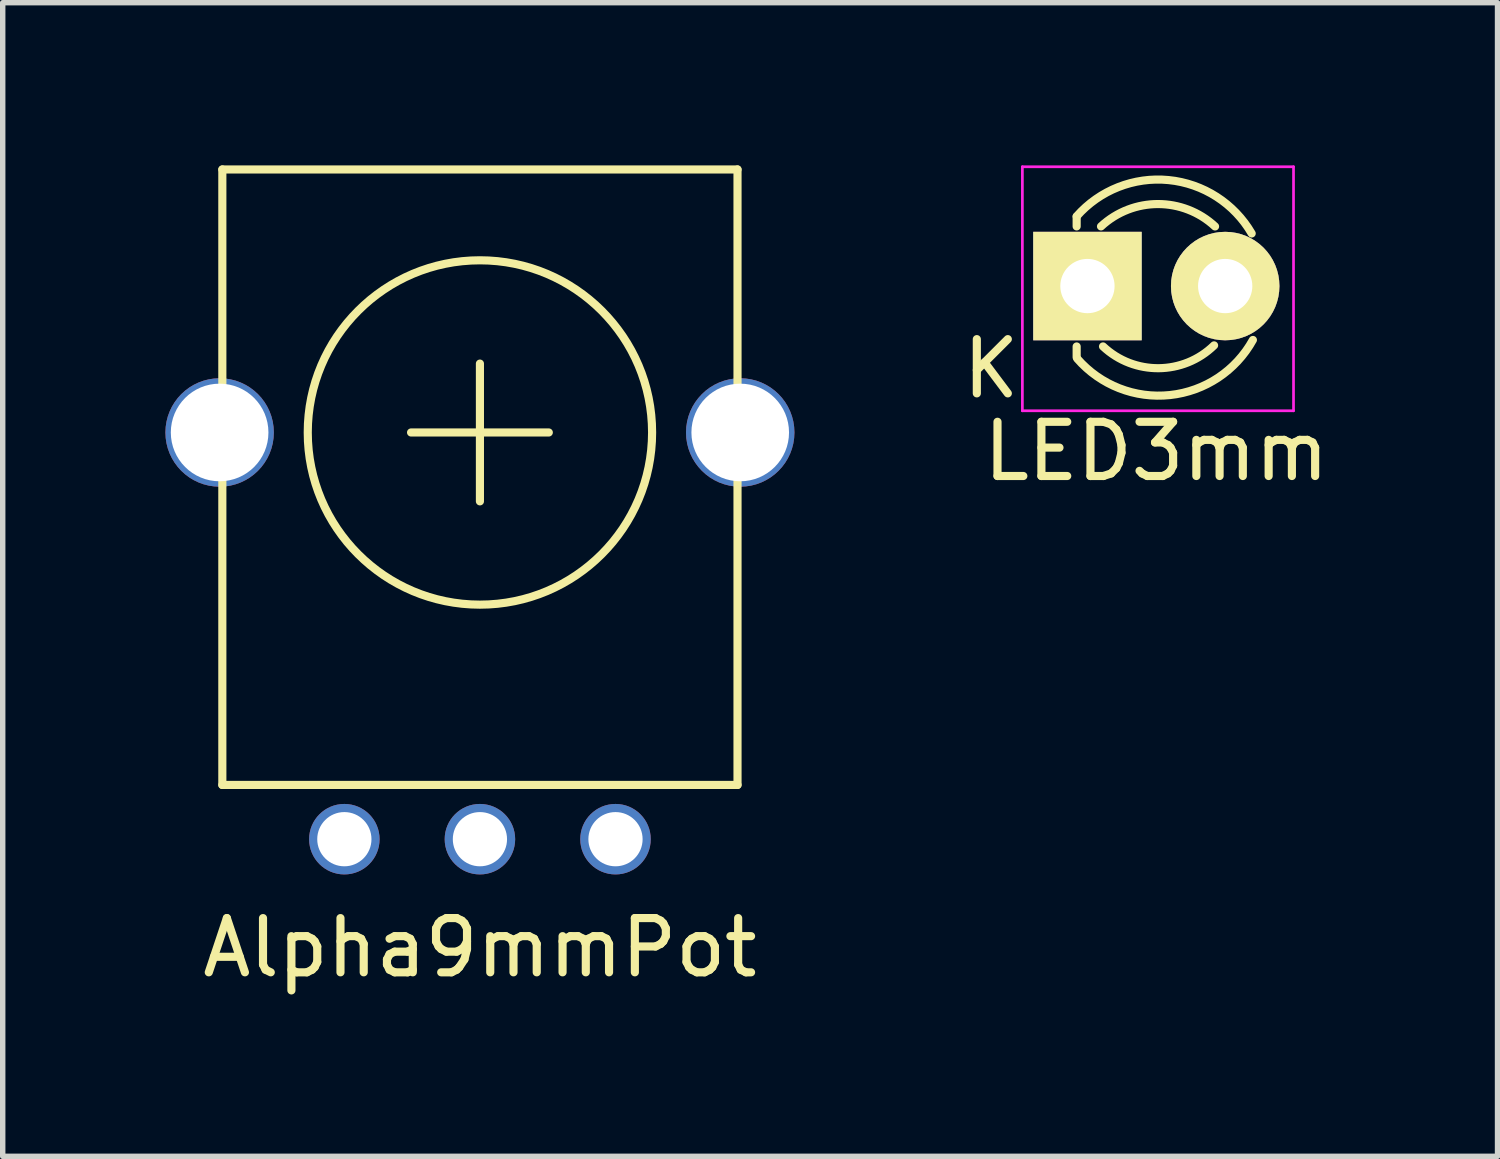
<source format=kicad_pcb>
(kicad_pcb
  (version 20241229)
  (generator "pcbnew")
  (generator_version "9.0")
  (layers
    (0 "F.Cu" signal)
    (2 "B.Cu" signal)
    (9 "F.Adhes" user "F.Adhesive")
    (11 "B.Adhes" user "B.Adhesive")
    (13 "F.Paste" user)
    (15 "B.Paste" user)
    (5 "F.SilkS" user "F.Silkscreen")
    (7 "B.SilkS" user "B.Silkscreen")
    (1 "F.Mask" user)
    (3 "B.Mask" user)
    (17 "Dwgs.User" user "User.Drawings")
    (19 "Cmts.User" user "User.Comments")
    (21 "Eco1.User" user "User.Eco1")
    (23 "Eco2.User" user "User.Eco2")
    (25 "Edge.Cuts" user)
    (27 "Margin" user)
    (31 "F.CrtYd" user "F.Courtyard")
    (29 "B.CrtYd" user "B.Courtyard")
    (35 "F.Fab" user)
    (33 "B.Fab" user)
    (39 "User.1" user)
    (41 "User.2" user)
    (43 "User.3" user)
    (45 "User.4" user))
  (footprint "Alpha9mmPot"
    (layer "F.Cu")
    (at 5.8 4.925)
    (property "Reference" "Alpha9mmPot" (at 0 9.5 0) (layer "F.SilkS") (effects (font (size 1 1) (thickness 0.15))))
    (attr through_hole)
    (fp_line (start -4.75 -4.85) (end -4.75 6.5) (stroke (width 0.15) (type solid)) (layer "F.SilkS"))
    (fp_line (start -4.75 -4.85) (end 4.75 -4.85) (stroke (width 0.15) (type solid)) (layer "F.SilkS"))
    (fp_line (start -4.75 6.5) (end 4.75 6.5) (stroke (width 0.15) (type solid)) (layer "F.SilkS"))
    (fp_line (start -1.27 0) (end 1.27 0) (stroke (width 0.15) (type solid)) (layer "F.SilkS"))
    (fp_line (start 0 -1.27) (end 0 1.27) (stroke (width 0.15) (type solid)) (layer "F.SilkS"))
    (fp_line (start 4.75 -4.85) (end 4.75 6.5) (stroke (width 0.15) (type solid)) (layer "F.SilkS"))
    (fp_circle (center 0 0) (end 3.175 0) (stroke (width 0.15) (type solid)) (fill no) (layer "F.SilkS"))
    (pad "" thru_hole circle (at -4.8 0) (size 2 2) (drill 1.8) (layers "*.Cu" "*.Mask"))
    (pad "" thru_hole circle (at 4.8 0) (size 2 2) (drill 1.8) (layers "*.Cu" "*.Mask"))
    (pad "1" thru_hole circle (at -2.5 7.5) (size 1.3 1.3) (drill 1) (layers "*.Cu" "*.Mask"))
    (pad "2" thru_hole circle (at 0 7.5) (size 1.3 1.3) (drill 1) (layers "*.Cu" "*.Mask"))
    (pad "3" thru_hole circle (at 2.5 7.5) (size 1.3 1.3) (drill 1) (layers "*.Cu" "*.Mask")))
  (footprint "LED3mm"
    (layer "F.Cu")
    (at 18.273 2.225)
    (property "Reference" "LED3mm" (at 0 3.048 0) (layer "F.SilkS") (effects (font (size 1 1) (thickness 0.15))))
    (attr through_hole)
    (fp_line (start -1.469 -1.28) (end -1.469 -1.1) (stroke (width 0.15) (type solid)) (layer "F.SilkS"))
    (fp_line (start -1.469 1.314) (end -1.469 1.114) (stroke (width 0.15) (type solid)) (layer "F.SilkS"))
    (fp_arc (start -1.469 -1.286) (mid 0.225903 -1.954571) (end 1.758744 -0.969643) (stroke (width 0.15) (type solid)) (layer "F.SilkS"))
    (fp_arc (start -1.02 -1.1) (mid 0.031686 -1.512142) (end 1.083005 -1.099067) (stroke (width 0.15) (type solid)) (layer "F.SilkS"))
    (fp_arc (start 1.065 1.094) (mid 0.04492 1.51473) (end -0.982889 1.113252) (stroke (width 0.15) (type solid)) (layer "F.SilkS"))
    (fp_arc (start 1.781 0.994) (mid 0.252637 2.009958) (end -1.45622 1.340726) (stroke (width 0.15) (type solid)) (layer "F.SilkS"))
    (fp_line (start -2.47 -2.2) (end -2.47 2.3) (stroke (width 0.05) (type solid)) (layer "F.CrtYd"))
    (fp_line (start -2.47 2.3) (end 2.53 2.3) (stroke (width 0.05) (type solid)) (layer "F.CrtYd"))
    (fp_line (start 2.53 -2.2) (end -2.47 -2.2) (stroke (width 0.05) (type solid)) (layer "F.CrtYd"))
    (fp_line (start 2.53 2.3) (end 2.53 -2.2) (stroke (width 0.05) (type solid)) (layer "F.CrtYd"))
    (fp_text user "K" (at -3.048 1.524 0) (layer "F.SilkS") (effects (font (size 1 1) (thickness 0.15))))
    (pad "1" thru_hole rect (at -1.27 0 90) (size 2 2) (drill 1.001) (layers "*.Cu" "*.Mask" "F.SilkS"))
    (pad "2" thru_hole circle (at 1.27 0) (size 2 2) (drill 1.001) (layers "*.Cu" "*.Mask" "F.SilkS")))
  (gr_rect
    (start -3 -3)
    (end 24.565 18.273)
    (stroke (width 0.1) (type default))
    (fill no)
    (layer "Edge.Cuts")))
</source>
